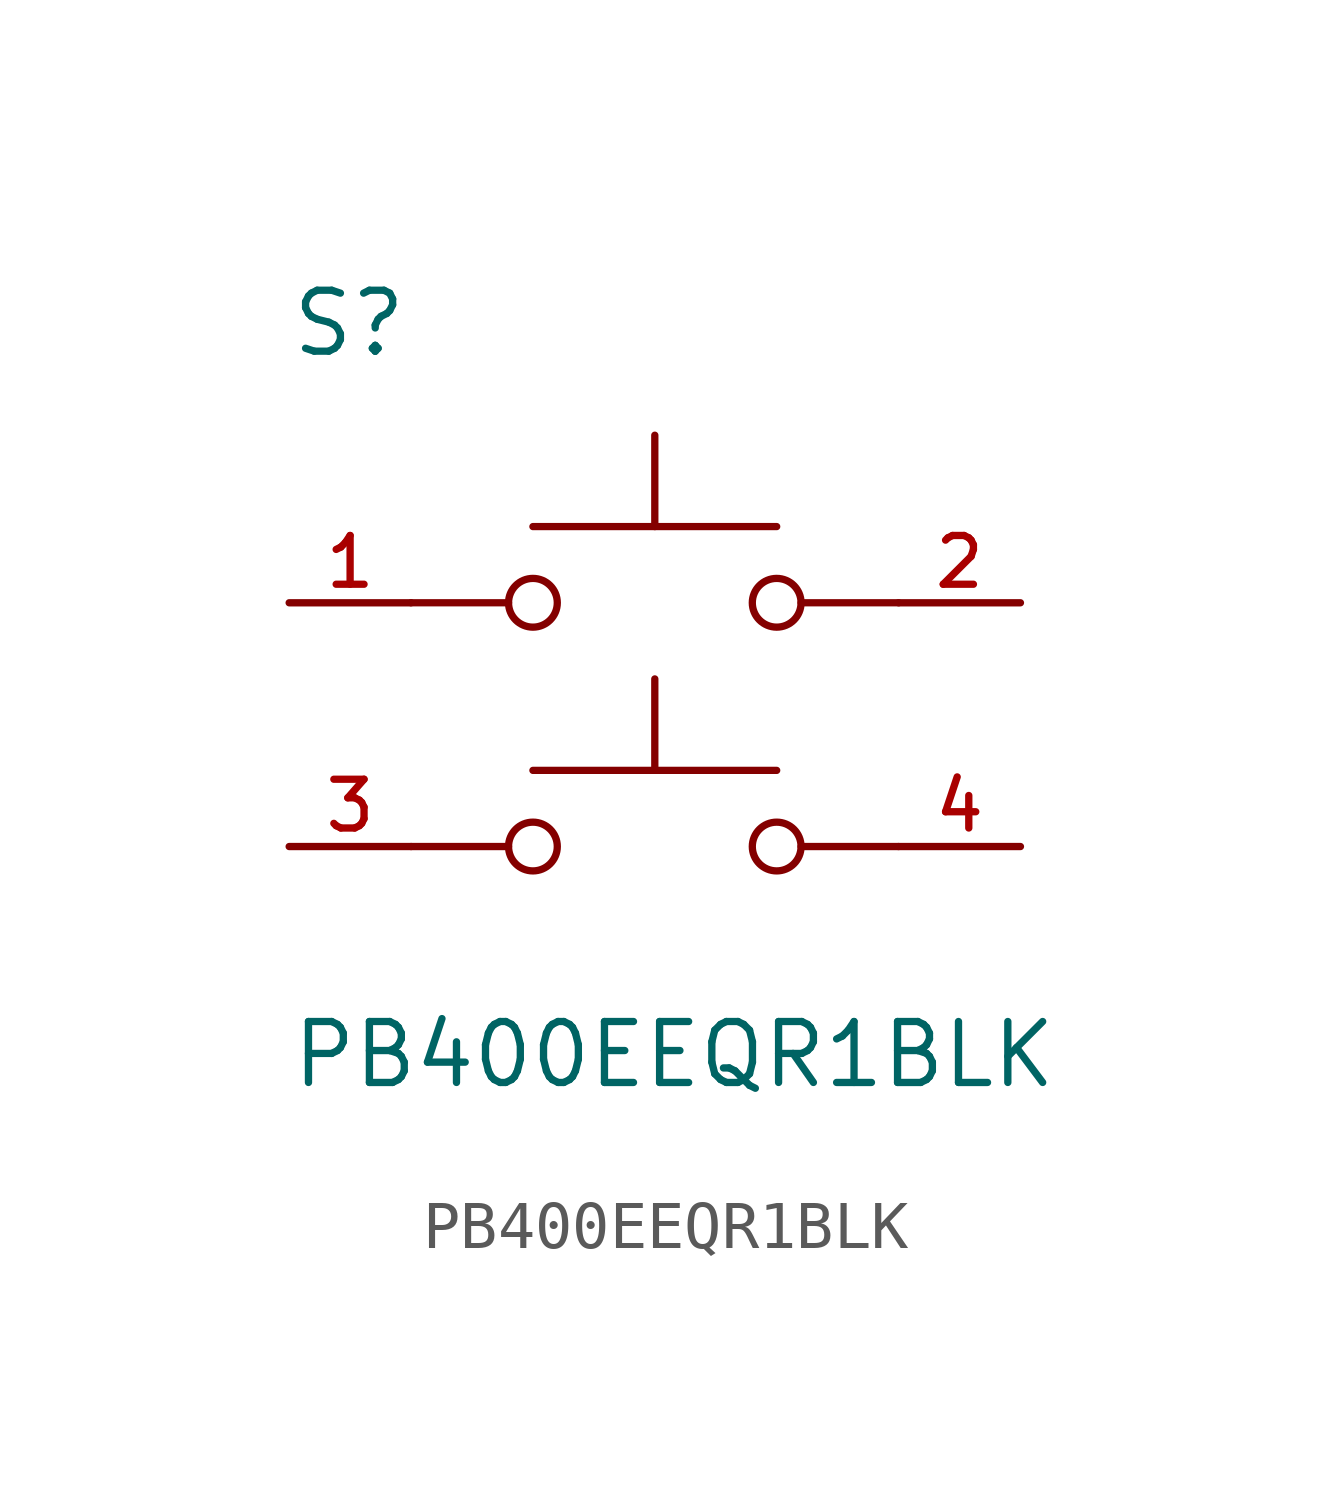
<source format=kicad_sym>
(kicad_symbol_lib
  (version 20211014)
  (generator kicad_symbol_editor)
  (symbol "PB400EEQR1BLK"
    (pin_names
      (offset 1.016))
    (property "Reference" "S"
      (at -7.62 7.62 0)
      (effects (font (size 1.27 1.27)) (justify bottom left)))
    (property "Value" "PB400EEQR1BLK"
      (at -7.62 -7.62 0)
      (effects (font (size 1.27 1.27)) (justify bottom left)))
    (symbol "PB400EEQR1BLK_0_0"
      (circle (center 2.54 2.54) (radius 0.508) (stroke (width 0.152)) (fill (type none)))
      (polyline (pts (xy 5.08 2.54) (xy 3.048 2.54)) (stroke (width 0.152)))
      (polyline (pts (xy -5.08 2.54) (xy -3.048 2.54)) (stroke (width 0.152)))
      (circle (center -2.54 2.54) (radius 0.508) (stroke (width 0.152)) (fill (type none)))
      (polyline (pts (xy -2.54 4.128) (xy 2.54 4.128)) (stroke (width 0.152)))
      (polyline (pts (xy 0.0 4.128) (xy 0.0 6.032)) (stroke (width 0.152)))
      (circle (center 2.54 -2.54) (radius 0.508) (stroke (width 0.152)) (fill (type none)))
      (polyline (pts (xy 5.08 -2.54) (xy 3.048 -2.54)) (stroke (width 0.152)))
      (polyline (pts (xy -5.08 -2.54) (xy -3.048 -2.54)) (stroke (width 0.152)))
      (circle (center -2.54 -2.54) (radius 0.508) (stroke (width 0.152)) (fill (type none)))
      (polyline (pts (xy -2.54 -0.953) (xy 0.0 -0.953)) (stroke (width 0.152)))
      (polyline (pts (xy 0.0 -0.953) (xy 2.54 -0.953)) (stroke (width 0.152)))
      (polyline (pts (xy 0.0 -0.953) (xy 0.0 0.953)) (stroke (width 0.152)))
      (pin passive line (at -7.62 2.54 0) (length 2.54) (name "~" (effects (font (size 1.016 1.016)))) (number "1" (effects (font (size 1.016 1.016)))))
      (pin passive line (at 7.62 2.54 180.0) (length 2.54) (name "~" (effects (font (size 1.016 1.016)))) (number "2" (effects (font (size 1.016 1.016)))))
      (pin passive line (at -7.62 -2.54 0) (length 2.54) (name "~" (effects (font (size 1.016 1.016)))) (number "3" (effects (font (size 1.016 1.016)))))
      (pin passive line (at 7.62 -2.54 180.0) (length 2.54) (name "~" (effects (font (size 1.016 1.016)))) (number "4" (effects (font (size 1.016 1.016))))))))
</source>
